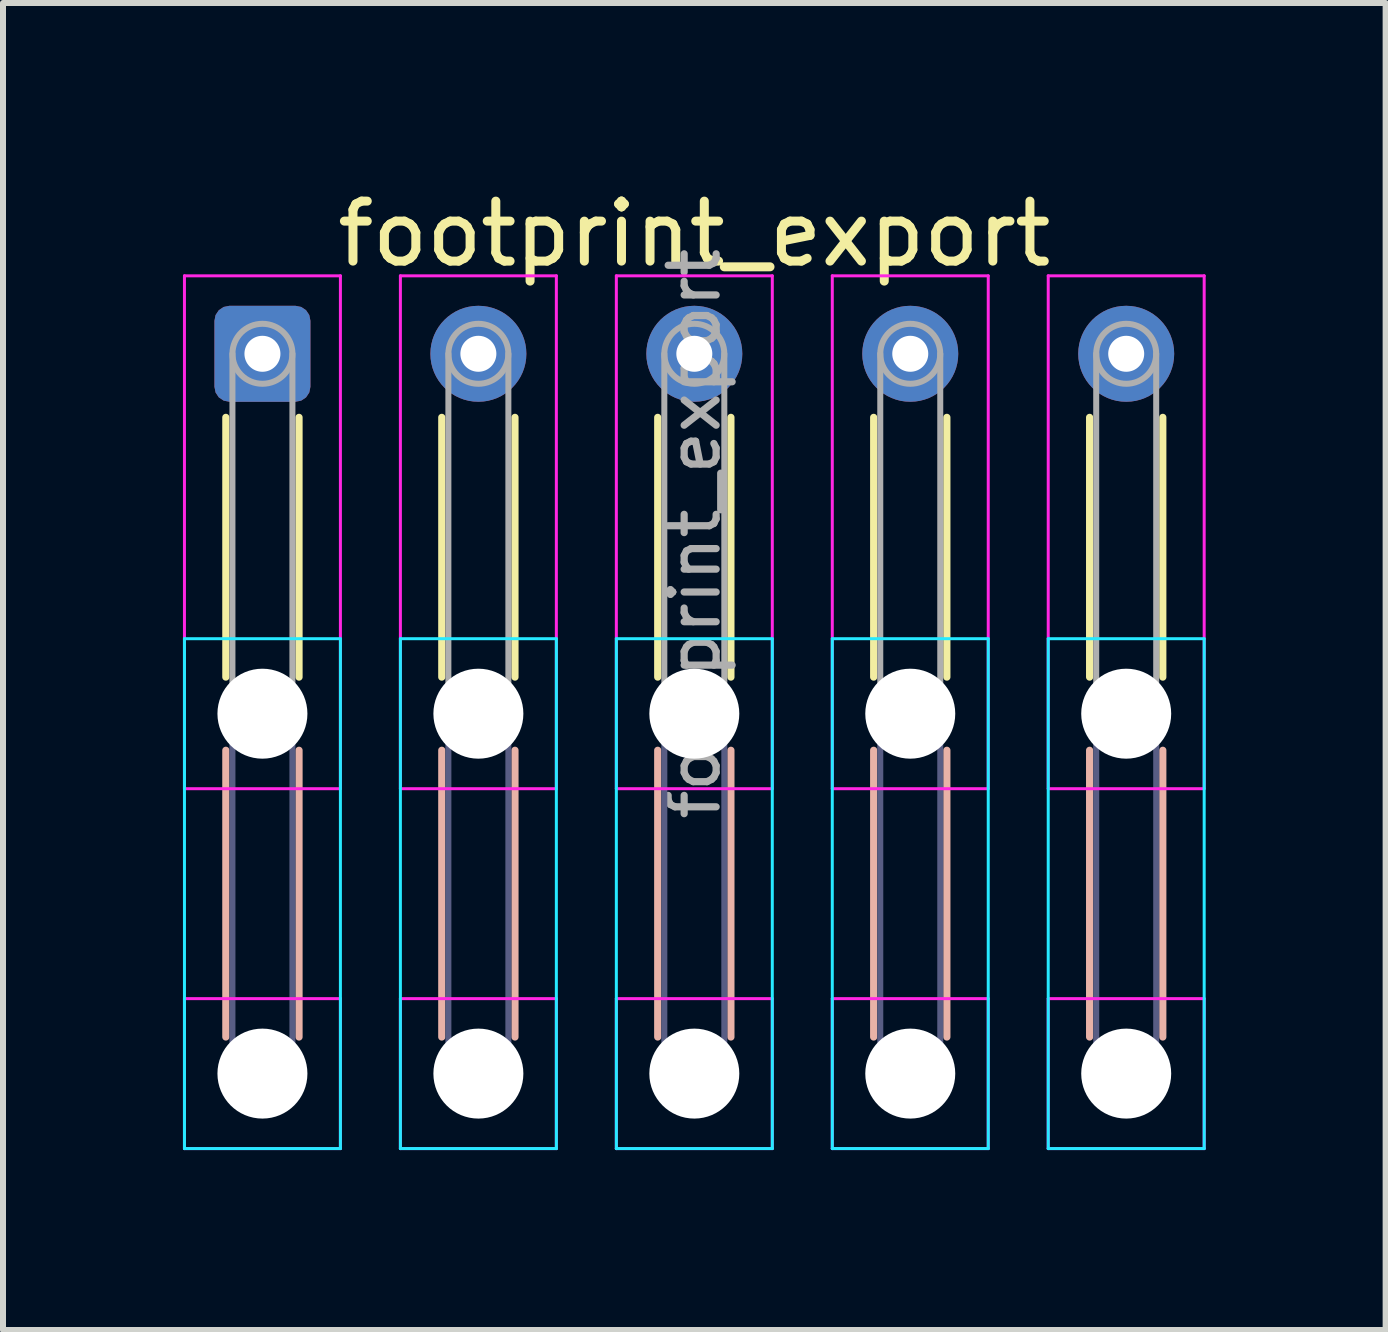
<source format=kicad_pcb>
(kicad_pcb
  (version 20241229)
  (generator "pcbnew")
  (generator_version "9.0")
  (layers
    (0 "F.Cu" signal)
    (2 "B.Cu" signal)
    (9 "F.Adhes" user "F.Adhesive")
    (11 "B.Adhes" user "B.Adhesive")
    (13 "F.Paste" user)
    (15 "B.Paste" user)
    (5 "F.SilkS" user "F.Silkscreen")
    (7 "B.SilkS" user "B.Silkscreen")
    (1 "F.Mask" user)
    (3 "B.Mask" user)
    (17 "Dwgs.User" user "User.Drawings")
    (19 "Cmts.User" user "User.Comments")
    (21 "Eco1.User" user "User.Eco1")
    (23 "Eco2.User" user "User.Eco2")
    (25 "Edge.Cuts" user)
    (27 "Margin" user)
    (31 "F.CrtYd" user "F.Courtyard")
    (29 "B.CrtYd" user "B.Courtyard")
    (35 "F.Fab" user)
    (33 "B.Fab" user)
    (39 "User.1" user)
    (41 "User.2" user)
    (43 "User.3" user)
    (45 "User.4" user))
  (footprint "footprint_export"
    (layer "F.Cu")
    (at 1.325 2.848)
    (property "Reference" "footprint_export" (at 7.2 -2 0) (layer "F.SilkS") (effects (font (size 1 1) (thickness 0.15))))
    (attr exclude_from_pos_files exclude_from_bom)
    (fp_line (start -0.61 1.06) (end -0.61 5.39) (stroke (width 0.12) (type solid)) (layer "F.SilkS"))
    (fp_line (start 0.61 1.06) (end 0.61 5.39) (stroke (width 0.12) (type solid)) (layer "F.SilkS"))
    (fp_line (start 2.99 1.06) (end 2.99 5.39) (stroke (width 0.12) (type solid)) (layer "F.SilkS"))
    (fp_line (start 4.21 1.06) (end 4.21 5.39) (stroke (width 0.12) (type solid)) (layer "F.SilkS"))
    (fp_line (start 6.59 1.06) (end 6.59 5.39) (stroke (width 0.12) (type solid)) (layer "F.SilkS"))
    (fp_line (start 7.81 1.06) (end 7.81 5.39) (stroke (width 0.12) (type solid)) (layer "F.SilkS"))
    (fp_line (start 10.19 1.06) (end 10.19 5.39) (stroke (width 0.12) (type solid)) (layer "F.SilkS"))
    (fp_line (start 11.41 1.06) (end 11.41 5.39) (stroke (width 0.12) (type solid)) (layer "F.SilkS"))
    (fp_line (start 13.79 1.06) (end 13.79 5.39) (stroke (width 0.12) (type solid)) (layer "F.SilkS"))
    (fp_line (start 15.01 1.06) (end 15.01 5.39) (stroke (width 0.12) (type solid)) (layer "F.SilkS"))
    (fp_line (start -0.61 6.61) (end -0.61 11.39) (stroke (width 0.12) (type solid)) (layer "B.SilkS"))
    (fp_line (start 0.61 6.61) (end 0.61 11.39) (stroke (width 0.12) (type solid)) (layer "B.SilkS"))
    (fp_line (start 2.99 6.61) (end 2.99 11.39) (stroke (width 0.12) (type solid)) (layer "B.SilkS"))
    (fp_line (start 4.21 6.61) (end 4.21 11.39) (stroke (width 0.12) (type solid)) (layer "B.SilkS"))
    (fp_line (start 6.59 6.61) (end 6.59 11.39) (stroke (width 0.12) (type solid)) (layer "B.SilkS"))
    (fp_line (start 7.81 6.61) (end 7.81 11.39) (stroke (width 0.12) (type solid)) (layer "B.SilkS"))
    (fp_line (start 10.19 6.61) (end 10.19 11.39) (stroke (width 0.12) (type solid)) (layer "B.SilkS"))
    (fp_line (start 11.41 6.61) (end 11.41 11.39) (stroke (width 0.12) (type solid)) (layer "B.SilkS"))
    (fp_line (start 13.79 6.61) (end 13.79 11.39) (stroke (width 0.12) (type solid)) (layer "B.SilkS"))
    (fp_line (start 15.01 6.61) (end 15.01 11.39) (stroke (width 0.12) (type solid)) (layer "B.SilkS"))
    (fp_line (start -1.3 4.75) (end -1.3 13.25) (stroke (width 0.05) (type solid)) (layer "B.CrtYd"))
    (fp_line (start -1.3 13.25) (end 1.3 13.25) (stroke (width 0.05) (type solid)) (layer "B.CrtYd"))
    (fp_line (start 1.3 4.75) (end -1.3 4.75) (stroke (width 0.05) (type solid)) (layer "B.CrtYd"))
    (fp_line (start 1.3 13.25) (end 1.3 4.75) (stroke (width 0.05) (type solid)) (layer "B.CrtYd"))
    (fp_line (start 2.3 4.75) (end 2.3 13.25) (stroke (width 0.05) (type solid)) (layer "B.CrtYd"))
    (fp_line (start 2.3 13.25) (end 4.9 13.25) (stroke (width 0.05) (type solid)) (layer "B.CrtYd"))
    (fp_line (start 4.9 4.75) (end 2.3 4.75) (stroke (width 0.05) (type solid)) (layer "B.CrtYd"))
    (fp_line (start 4.9 13.25) (end 4.9 4.75) (stroke (width 0.05) (type solid)) (layer "B.CrtYd"))
    (fp_line (start 5.9 4.75) (end 5.9 13.25) (stroke (width 0.05) (type solid)) (layer "B.CrtYd"))
    (fp_line (start 5.9 13.25) (end 8.5 13.25) (stroke (width 0.05) (type solid)) (layer "B.CrtYd"))
    (fp_line (start 8.5 4.75) (end 5.9 4.75) (stroke (width 0.05) (type solid)) (layer "B.CrtYd"))
    (fp_line (start 8.5 13.25) (end 8.5 4.75) (stroke (width 0.05) (type solid)) (layer "B.CrtYd"))
    (fp_line (start 9.5 4.75) (end 9.5 13.25) (stroke (width 0.05) (type solid)) (layer "B.CrtYd"))
    (fp_line (start 9.5 13.25) (end 12.1 13.25) (stroke (width 0.05) (type solid)) (layer "B.CrtYd"))
    (fp_line (start 12.1 4.75) (end 9.5 4.75) (stroke (width 0.05) (type solid)) (layer "B.CrtYd"))
    (fp_line (start 12.1 13.25) (end 12.1 4.75) (stroke (width 0.05) (type solid)) (layer "B.CrtYd"))
    (fp_line (start 13.1 4.75) (end 13.1 13.25) (stroke (width 0.05) (type solid)) (layer "B.CrtYd"))
    (fp_line (start 13.1 13.25) (end 15.7 13.25) (stroke (width 0.05) (type solid)) (layer "B.CrtYd"))
    (fp_line (start 15.7 4.75) (end 13.1 4.75) (stroke (width 0.05) (type solid)) (layer "B.CrtYd"))
    (fp_line (start 15.7 13.25) (end 15.7 4.75) (stroke (width 0.05) (type solid)) (layer "B.CrtYd"))
    (fp_line (start -1.3 -1.3) (end -1.3 7.25) (stroke (width 0.05) (type solid)) (layer "F.CrtYd"))
    (fp_line (start -1.3 7.25) (end 1.3 7.25) (stroke (width 0.05) (type solid)) (layer "F.CrtYd"))
    (fp_line (start -1.3 10.75) (end -1.3 13.25) (stroke (width 0.05) (type solid)) (layer "F.CrtYd"))
    (fp_line (start -1.3 13.25) (end 1.3 13.25) (stroke (width 0.05) (type solid)) (layer "F.CrtYd"))
    (fp_line (start 1.3 -1.3) (end -1.3 -1.3) (stroke (width 0.05) (type solid)) (layer "F.CrtYd"))
    (fp_line (start 1.3 7.25) (end 1.3 -1.3) (stroke (width 0.05) (type solid)) (layer "F.CrtYd"))
    (fp_line (start 1.3 10.75) (end -1.3 10.75) (stroke (width 0.05) (type solid)) (layer "F.CrtYd"))
    (fp_line (start 1.3 13.25) (end 1.3 10.75) (stroke (width 0.05) (type solid)) (layer "F.CrtYd"))
    (fp_line (start 2.3 -1.3) (end 2.3 7.25) (stroke (width 0.05) (type solid)) (layer "F.CrtYd"))
    (fp_line (start 2.3 7.25) (end 4.9 7.25) (stroke (width 0.05) (type solid)) (layer "F.CrtYd"))
    (fp_line (start 2.3 10.75) (end 2.3 13.25) (stroke (width 0.05) (type solid)) (layer "F.CrtYd"))
    (fp_line (start 2.3 13.25) (end 4.9 13.25) (stroke (width 0.05) (type solid)) (layer "F.CrtYd"))
    (fp_line (start 4.9 -1.3) (end 2.3 -1.3) (stroke (width 0.05) (type solid)) (layer "F.CrtYd"))
    (fp_line (start 4.9 7.25) (end 4.9 -1.3) (stroke (width 0.05) (type solid)) (layer "F.CrtYd"))
    (fp_line (start 4.9 10.75) (end 2.3 10.75) (stroke (width 0.05) (type solid)) (layer "F.CrtYd"))
    (fp_line (start 4.9 13.25) (end 4.9 10.75) (stroke (width 0.05) (type solid)) (layer "F.CrtYd"))
    (fp_line (start 5.9 -1.3) (end 5.9 7.25) (stroke (width 0.05) (type solid)) (layer "F.CrtYd"))
    (fp_line (start 5.9 7.25) (end 8.5 7.25) (stroke (width 0.05) (type solid)) (layer "F.CrtYd"))
    (fp_line (start 5.9 10.75) (end 5.9 13.25) (stroke (width 0.05) (type solid)) (layer "F.CrtYd"))
    (fp_line (start 5.9 13.25) (end 8.5 13.25) (stroke (width 0.05) (type solid)) (layer "F.CrtYd"))
    (fp_line (start 8.5 -1.3) (end 5.9 -1.3) (stroke (width 0.05) (type solid)) (layer "F.CrtYd"))
    (fp_line (start 8.5 7.25) (end 8.5 -1.3) (stroke (width 0.05) (type solid)) (layer "F.CrtYd"))
    (fp_line (start 8.5 10.75) (end 5.9 10.75) (stroke (width 0.05) (type solid)) (layer "F.CrtYd"))
    (fp_line (start 8.5 13.25) (end 8.5 10.75) (stroke (width 0.05) (type solid)) (layer "F.CrtYd"))
    (fp_line (start 9.5 -1.3) (end 9.5 7.25) (stroke (width 0.05) (type solid)) (layer "F.CrtYd"))
    (fp_line (start 9.5 7.25) (end 12.1 7.25) (stroke (width 0.05) (type solid)) (layer "F.CrtYd"))
    (fp_line (start 9.5 10.75) (end 9.5 13.25) (stroke (width 0.05) (type solid)) (layer "F.CrtYd"))
    (fp_line (start 9.5 13.25) (end 12.1 13.25) (stroke (width 0.05) (type solid)) (layer "F.CrtYd"))
    (fp_line (start 12.1 -1.3) (end 9.5 -1.3) (stroke (width 0.05) (type solid)) (layer "F.CrtYd"))
    (fp_line (start 12.1 7.25) (end 12.1 -1.3) (stroke (width 0.05) (type solid)) (layer "F.CrtYd"))
    (fp_line (start 12.1 10.75) (end 9.5 10.75) (stroke (width 0.05) (type solid)) (layer "F.CrtYd"))
    (fp_line (start 12.1 13.25) (end 12.1 10.75) (stroke (width 0.05) (type solid)) (layer "F.CrtYd"))
    (fp_line (start 13.1 -1.3) (end 13.1 7.25) (stroke (width 0.05) (type solid)) (layer "F.CrtYd"))
    (fp_line (start 13.1 7.25) (end 15.7 7.25) (stroke (width 0.05) (type solid)) (layer "F.CrtYd"))
    (fp_line (start 13.1 10.75) (end 13.1 13.25) (stroke (width 0.05) (type solid)) (layer "F.CrtYd"))
    (fp_line (start 13.1 13.25) (end 15.7 13.25) (stroke (width 0.05) (type solid)) (layer "F.CrtYd"))
    (fp_line (start 15.7 -1.3) (end 13.1 -1.3) (stroke (width 0.05) (type solid)) (layer "F.CrtYd"))
    (fp_line (start 15.7 7.25) (end 15.7 -1.3) (stroke (width 0.05) (type solid)) (layer "F.CrtYd"))
    (fp_line (start 15.7 10.75) (end 13.1 10.75) (stroke (width 0.05) (type solid)) (layer "F.CrtYd"))
    (fp_line (start 15.7 13.25) (end 15.7 10.75) (stroke (width 0.05) (type solid)) (layer "F.CrtYd"))
    (fp_line (start -0.5 6) (end -0.5 12) (stroke (width 0.1) (type solid)) (layer "B.Fab"))
    (fp_line (start 0.5 6) (end 0.5 12) (stroke (width 0.1) (type solid)) (layer "B.Fab"))
    (fp_line (start 3.1 6) (end 3.1 12) (stroke (width 0.1) (type solid)) (layer "B.Fab"))
    (fp_line (start 4.1 6) (end 4.1 12) (stroke (width 0.1) (type solid)) (layer "B.Fab"))
    (fp_line (start 6.7 6) (end 6.7 12) (stroke (width 0.1) (type solid)) (layer "B.Fab"))
    (fp_line (start 7.7 6) (end 7.7 12) (stroke (width 0.1) (type solid)) (layer "B.Fab"))
    (fp_line (start 10.3 6) (end 10.3 12) (stroke (width 0.1) (type solid)) (layer "B.Fab"))
    (fp_line (start 11.3 6) (end 11.3 12) (stroke (width 0.1) (type solid)) (layer "B.Fab"))
    (fp_line (start 13.9 6) (end 13.9 12) (stroke (width 0.1) (type solid)) (layer "B.Fab"))
    (fp_line (start 14.9 6) (end 14.9 12) (stroke (width 0.1) (type solid)) (layer "B.Fab"))
    (fp_circle (center 0 6) (end 0.5 6) (stroke (width 0.1) (type solid)) (fill no) (layer "B.Fab"))
    (fp_circle (center 0 12) (end 0.5 12) (stroke (width 0.1) (type solid)) (fill no) (layer "B.Fab"))
    (fp_circle (center 3.6 6) (end 4.1 6) (stroke (width 0.1) (type solid)) (fill no) (layer "B.Fab"))
    (fp_circle (center 3.6 12) (end 4.1 12) (stroke (width 0.1) (type solid)) (fill no) (layer "B.Fab"))
    (fp_circle (center 7.2 6) (end 7.7 6) (stroke (width 0.1) (type solid)) (fill no) (layer "B.Fab"))
    (fp_circle (center 7.2 12) (end 7.7 12) (stroke (width 0.1) (type solid)) (fill no) (layer "B.Fab"))
    (fp_circle (center 10.8 6) (end 11.3 6) (stroke (width 0.1) (type solid)) (fill no) (layer "B.Fab"))
    (fp_circle (center 10.8 12) (end 11.3 12) (stroke (width 0.1) (type solid)) (fill no) (layer "B.Fab"))
    (fp_circle (center 14.4 6) (end 14.9 6) (stroke (width 0.1) (type solid)) (fill no) (layer "B.Fab"))
    (fp_circle (center 14.4 12) (end 14.9 12) (stroke (width 0.1) (type solid)) (fill no) (layer "B.Fab"))
    (fp_line (start -0.5 0) (end -0.5 6) (stroke (width 0.1) (type solid)) (layer "F.Fab"))
    (fp_line (start 0.5 0) (end 0.5 6) (stroke (width 0.1) (type solid)) (layer "F.Fab"))
    (fp_line (start 3.1 0) (end 3.1 6) (stroke (width 0.1) (type solid)) (layer "F.Fab"))
    (fp_line (start 4.1 0) (end 4.1 6) (stroke (width 0.1) (type solid)) (layer "F.Fab"))
    (fp_line (start 6.7 0) (end 6.7 6) (stroke (width 0.1) (type solid)) (layer "F.Fab"))
    (fp_line (start 7.7 0) (end 7.7 6) (stroke (width 0.1) (type solid)) (layer "F.Fab"))
    (fp_line (start 10.3 0) (end 10.3 6) (stroke (width 0.1) (type solid)) (layer "F.Fab"))
    (fp_line (start 11.3 0) (end 11.3 6) (stroke (width 0.1) (type solid)) (layer "F.Fab"))
    (fp_line (start 13.9 0) (end 13.9 6) (stroke (width 0.1) (type solid)) (layer "F.Fab"))
    (fp_line (start 14.9 0) (end 14.9 6) (stroke (width 0.1) (type solid)) (layer "F.Fab"))
    (fp_circle (center 0 0) (end 0.5 0) (stroke (width 0.1) (type solid)) (fill no) (layer "F.Fab"))
    (fp_circle (center 0 6) (end 0.5 6) (stroke (width 0.1) (type solid)) (fill no) (layer "F.Fab"))
    (fp_circle (center 0 12) (end 0.5 12) (stroke (width 0.1) (type solid)) (fill no) (layer "F.Fab"))
    (fp_circle (center 3.6 0) (end 4.1 0) (stroke (width 0.1) (type solid)) (fill no) (layer "F.Fab"))
    (fp_circle (center 3.6 6) (end 4.1 6) (stroke (width 0.1) (type solid)) (fill no) (layer "F.Fab"))
    (fp_circle (center 3.6 12) (end 4.1 12) (stroke (width 0.1) (type solid)) (fill no) (layer "F.Fab"))
    (fp_circle (center 7.2 0) (end 7.7 0) (stroke (width 0.1) (type solid)) (fill no) (layer "F.Fab"))
    (fp_circle (center 7.2 6) (end 7.7 6) (stroke (width 0.1) (type solid)) (fill no) (layer "F.Fab"))
    (fp_circle (center 7.2 12) (end 7.7 12) (stroke (width 0.1) (type solid)) (fill no) (layer "F.Fab"))
    (fp_circle (center 10.8 0) (end 11.3 0) (stroke (width 0.1) (type solid)) (fill no) (layer "F.Fab"))
    (fp_circle (center 10.8 6) (end 11.3 6) (stroke (width 0.1) (type solid)) (fill no) (layer "F.Fab"))
    (fp_circle (center 10.8 12) (end 11.3 12) (stroke (width 0.1) (type solid)) (fill no) (layer "F.Fab"))
    (fp_circle (center 14.4 0) (end 14.9 0) (stroke (width 0.1) (type solid)) (fill no) (layer "F.Fab"))
    (fp_circle (center 14.4 6) (end 14.9 6) (stroke (width 0.1) (type solid)) (fill no) (layer "F.Fab"))
    (fp_circle (center 14.4 12) (end 14.9 12) (stroke (width 0.1) (type solid)) (fill no) (layer "F.Fab"))
    (fp_text user "${REFERENCE}" (at 7.2 3 90) (layer "F.Fab") (effects (font (size 0.8 0.8) (thickness 0.12))))
    (pad "" np_thru_hole circle (at 0 6) (size 1.5 1.5) (drill 1.5) (layers "*.Cu" "*.Mask"))
    (pad "" np_thru_hole circle (at 0 12) (size 1.5 1.5) (drill 1.5) (layers "*.Cu" "*.Mask"))
    (pad "" np_thru_hole circle (at 3.6 6) (size 1.5 1.5) (drill 1.5) (layers "*.Cu" "*.Mask"))
    (pad "" np_thru_hole circle (at 3.6 12) (size 1.5 1.5) (drill 1.5) (layers "*.Cu" "*.Mask"))
    (pad "" np_thru_hole circle (at 7.2 6) (size 1.5 1.5) (drill 1.5) (layers "*.Cu" "*.Mask"))
    (pad "" np_thru_hole circle (at 7.2 12) (size 1.5 1.5) (drill 1.5) (layers "*.Cu" "*.Mask"))
    (pad "" np_thru_hole circle (at 10.8 6) (size 1.5 1.5) (drill 1.5) (layers "*.Cu" "*.Mask"))
    (pad "" np_thru_hole circle (at 10.8 12) (size 1.5 1.5) (drill 1.5) (layers "*.Cu" "*.Mask"))
    (pad "" np_thru_hole circle (at 14.4 6) (size 1.5 1.5) (drill 1.5) (layers "*.Cu" "*.Mask"))
    (pad "" np_thru_hole circle (at 14.4 12) (size 1.5 1.5) (drill 1.5) (layers "*.Cu" "*.Mask"))
    (pad "1" thru_hole roundrect (at 0 0) (size 1.6 1.6) (drill 0.6) (layers "*.Cu" "*.Mask") (roundrect_rratio 0.156))
    (pad "2" thru_hole circle (at 3.6 0) (size 1.6 1.6) (drill 0.6) (layers "*.Cu" "*.Mask"))
    (pad "3" thru_hole circle (at 7.2 0) (size 1.6 1.6) (drill 0.6) (layers "*.Cu" "*.Mask"))
    (pad "4" thru_hole circle (at 10.8 0) (size 1.6 1.6) (drill 0.6) (layers "*.Cu" "*.Mask"))
    (pad "5" thru_hole circle (at 14.4 0) (size 1.6 1.6) (drill 0.6) (layers "*.Cu" "*.Mask")))
  (gr_rect
    (start -3 -3)
    (end 20.05 19.123)
    (stroke (width 0.1) (type default))
    (fill no)
    (layer "Edge.Cuts")))
</source>
